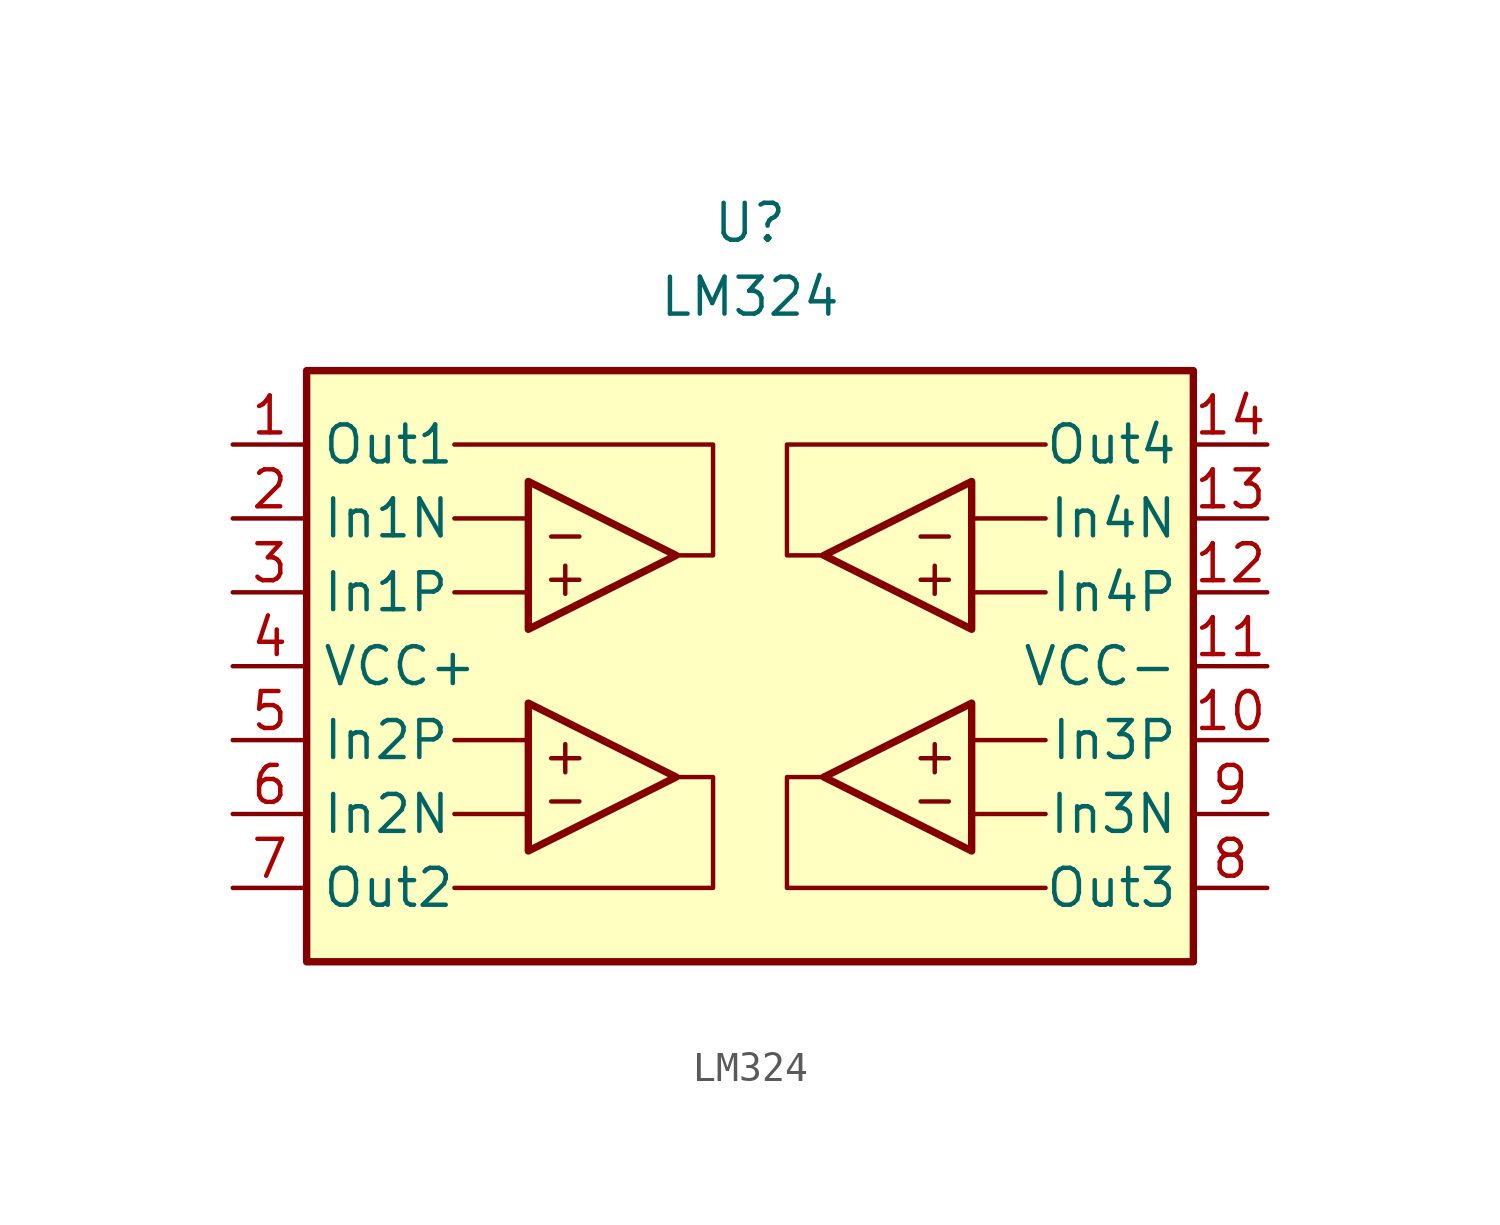
<source format=kicad_sym>
(kicad_symbol_lib
  (version 20231120)
  (generator "kicad_symbol_editor")
  (generator_version "8.0")
  (symbol "LM324"
    (property "Reference" "U"
      (at 0 11.43 0)
      (effects (font (size 1.27 1.27))))
    (property "Value" "LM324"
      (at 0 8.89 0)
      (effects (font (size 1.27 1.27))))
    (symbol "LM324_0_1"
      (polyline (pts (xy -7.62 -8.89) (xy -10.16 -8.89)) (stroke (width 0) (type default)) (fill (type none)))
      (polyline (pts (xy -7.62 -6.35) (xy -10.16 -6.35)) (stroke (width 0) (type default)) (fill (type none)))
      (polyline (pts (xy -7.62 -1.27) (xy -10.16 -1.27)) (stroke (width 0) (type default)) (fill (type none)))
      (polyline (pts (xy -7.62 1.27) (xy -10.16 1.27)) (stroke (width 0) (type default)) (fill (type none)))
      (polyline (pts (xy 7.62 -8.89) (xy 10.16 -8.89)) (stroke (width 0) (type default)) (fill (type none)))
      (polyline (pts (xy 7.62 -6.35) (xy 10.16 -6.35)) (stroke (width 0) (type default)) (fill (type none)))
      (polyline (pts (xy 7.62 -1.27) (xy 10.16 -1.27)) (stroke (width 0) (type default)) (fill (type none)))
      (polyline (pts (xy 7.62 1.27) (xy 10.16 1.27)) (stroke (width 0) (type default)) (fill (type none))))
    (symbol "LM324_1_1"
      (rectangle (start -15.24 6.35) (end 15.24 -13.97) (stroke (width 0.254) (type default)) (fill (type background)))
      (polyline (pts (xy -7.62 -10.16) (xy -2.54 -7.62) (xy -7.62 -5.08) (xy -7.62 -10.16)) (stroke (width 0.254) (type default)) (fill (type background)))
      (polyline (pts (xy -7.62 2.54) (xy -2.54 0) (xy -7.62 -2.54) (xy -7.62 2.54)) (stroke (width 0.254) (type default)) (fill (type background)))
      (polyline (pts (xy -2.54 -7.62) (xy -1.27 -7.62) (xy -1.27 -11.43) (xy -10.16 -11.43)) (stroke (width 0) (type default)) (fill (type none)))
      (polyline (pts (xy -2.54 0) (xy -1.27 0) (xy -1.27 3.81) (xy -10.16 3.81)) (stroke (width 0) (type default)) (fill (type none)))
      (polyline (pts (xy 2.54 -7.62) (xy 1.27 -7.62) (xy 1.27 -11.43) (xy 10.16 -11.43)) (stroke (width 0) (type default)) (fill (type none)))
      (polyline (pts (xy 2.54 0) (xy 1.27 0) (xy 1.27 3.81) (xy 10.16 3.81)) (stroke (width 0) (type default)) (fill (type none)))
      (polyline (pts (xy 7.62 -10.16) (xy 2.54 -7.62) (xy 7.62 -5.08) (xy 7.62 -10.16)) (stroke (width 0.254) (type default)) (fill (type background)))
      (polyline (pts (xy 7.62 2.54) (xy 2.54 0) (xy 7.62 -2.54) (xy 7.62 2.54)) (stroke (width 0.254) (type default)) (fill (type background)))
      (text "+" (at -6.35 -7.62 0) (effects (font (size 1.27 1.27)) (justify bottom)))
      (text "+" (at -6.35 0 0) (effects (font (size 1.27 1.27)) (justify top)))
      (text "+" (at 6.35 -7.62 0) (effects (font (size 1.27 1.27)) (justify bottom)))
      (text "+" (at 6.35 0 0) (effects (font (size 1.27 1.27)) (justify top)))
      (text "-" (at -6.35 -7.62 0) (effects (font (size 1.27 1.27)) (justify top)))
      (text "-" (at -6.35 0 0) (effects (font (size 1.27 1.27)) (justify bottom)))
      (text "-" (at 6.35 -7.62 0) (effects (font (size 1.27 1.27)) (justify top)))
      (text "-" (at 6.35 0 0) (effects (font (size 1.27 1.27)) (justify bottom)))
      (pin output line (at -17.78 3.81 0) (length 2.54) (name "Out1" (effects (font (size 1.27 1.27)))) (number "1" (effects (font (size 1.27 1.27)))))
      (pin input line (at 17.78 -6.35 180) (length 2.54) (name "In3P" (effects (font (size 1.27 1.27)))) (number "10" (effects (font (size 1.27 1.27)))))
      (pin power_in line (at 17.78 -3.81 180) (length 2.54) (name "VCC-" (effects (font (size 1.27 1.27)))) (number "11" (effects (font (size 1.27 1.27)))))
      (pin input line (at 17.78 -1.27 180) (length 2.54) (name "In4P" (effects (font (size 1.27 1.27)))) (number "12" (effects (font (size 1.27 1.27)))))
      (pin input line (at 17.78 1.27 180) (length 2.54) (name "In4N" (effects (font (size 1.27 1.27)))) (number "13" (effects (font (size 1.27 1.27)))))
      (pin output line (at 17.78 3.81 180) (length 2.54) (name "Out4" (effects (font (size 1.27 1.27)))) (number "14" (effects (font (size 1.27 1.27)))))
      (pin input line (at -17.78 1.27 0) (length 2.54) (name "In1N" (effects (font (size 1.27 1.27)))) (number "2" (effects (font (size 1.27 1.27)))))
      (pin input line (at -17.78 -1.27 0) (length 2.54) (name "In1P" (effects (font (size 1.27 1.27)))) (number "3" (effects (font (size 1.27 1.27)))))
      (pin power_in line (at -17.78 -3.81 0) (length 2.54) (name "VCC+" (effects (font (size 1.27 1.27)))) (number "4" (effects (font (size 1.27 1.27)))))
      (pin input line (at -17.78 -6.35 0) (length 2.54) (name "In2P" (effects (font (size 1.27 1.27)))) (number "5" (effects (font (size 1.27 1.27)))))
      (pin input line (at -17.78 -8.89 0) (length 2.54) (name "In2N" (effects (font (size 1.27 1.27)))) (number "6" (effects (font (size 1.27 1.27)))))
      (pin output line (at -17.78 -11.43 0) (length 2.54) (name "Out2" (effects (font (size 1.27 1.27)))) (number "7" (effects (font (size 1.27 1.27)))))
      (pin output line (at 17.78 -11.43 180) (length 2.54) (name "Out3" (effects (font (size 1.27 1.27)))) (number "8" (effects (font (size 1.27 1.27)))))
      (pin input line (at 17.78 -8.89 180) (length 2.54) (name "In3N" (effects (font (size 1.27 1.27)))) (number "9" (effects (font (size 1.27 1.27))))))))
</source>
